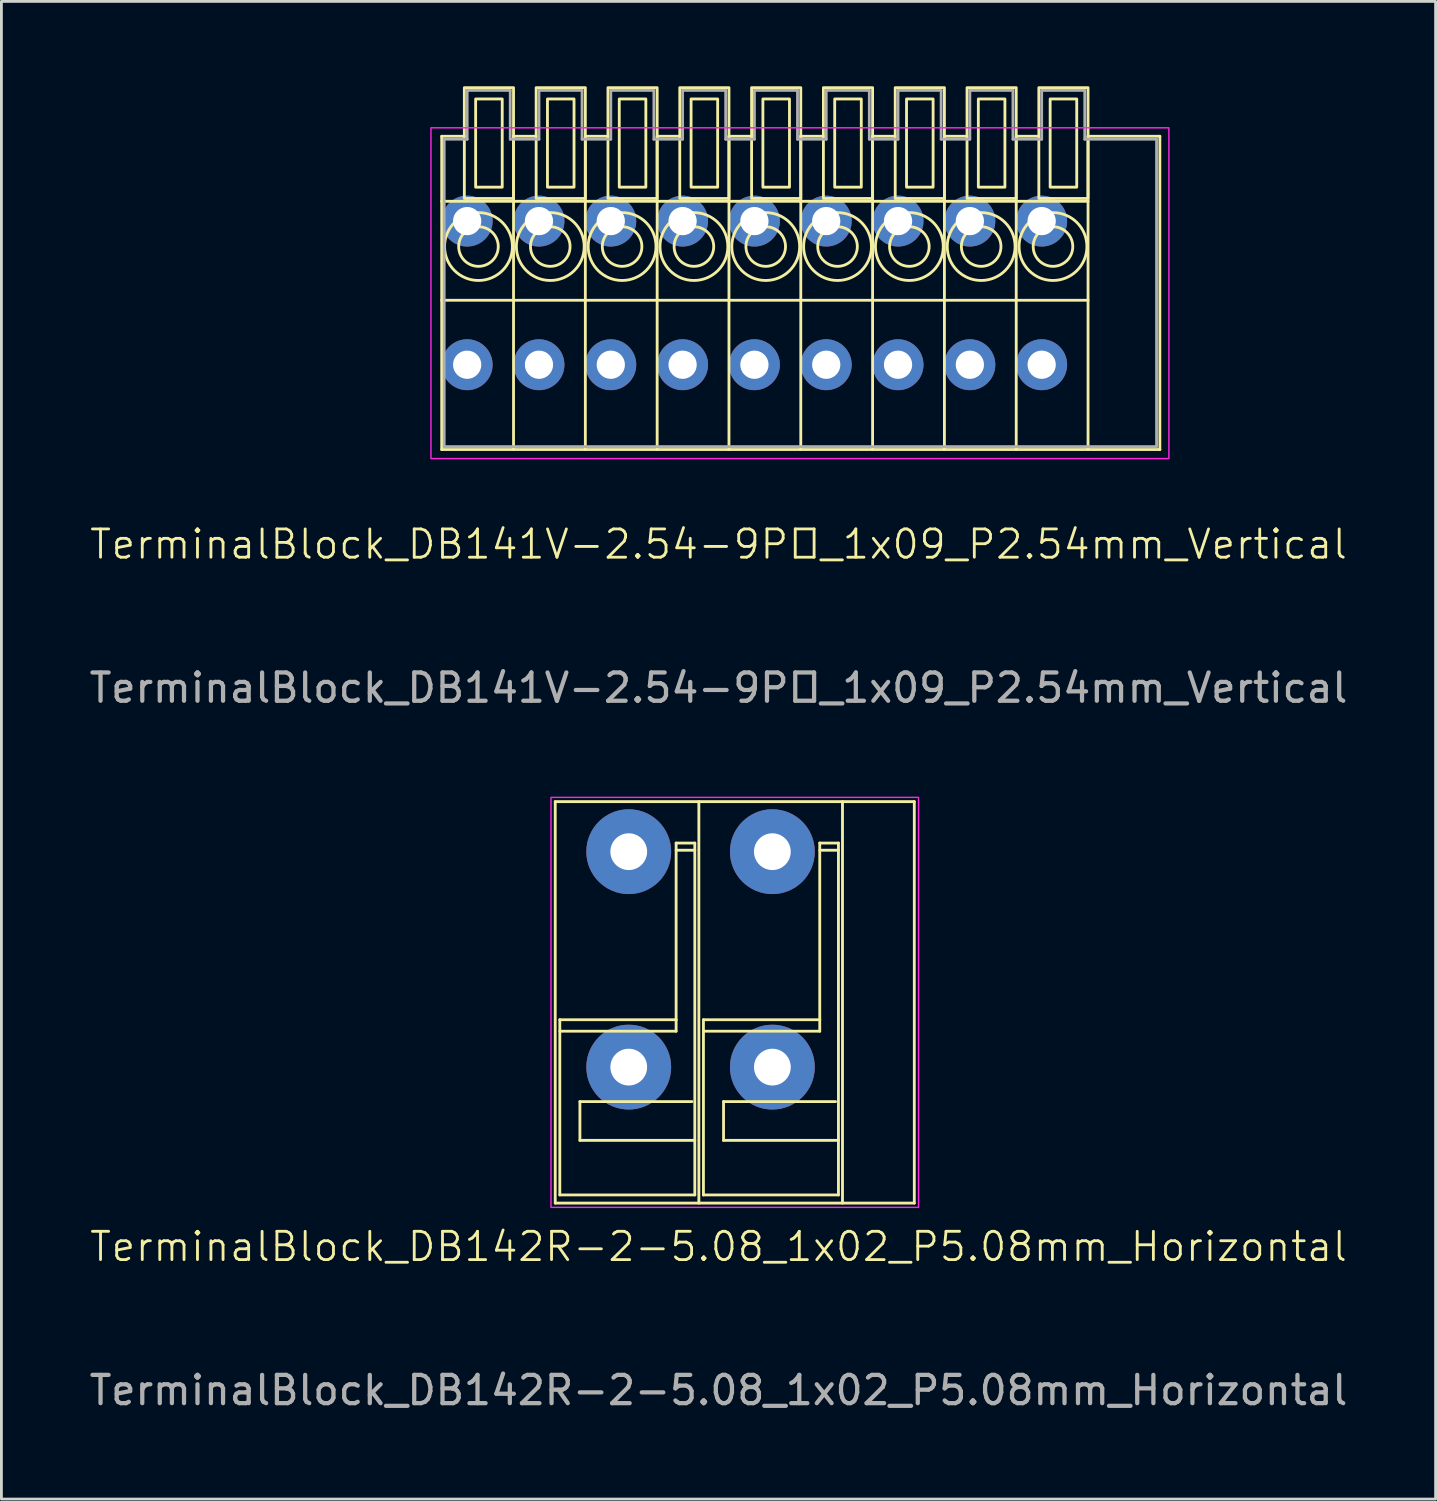
<source format=kicad_pcb>
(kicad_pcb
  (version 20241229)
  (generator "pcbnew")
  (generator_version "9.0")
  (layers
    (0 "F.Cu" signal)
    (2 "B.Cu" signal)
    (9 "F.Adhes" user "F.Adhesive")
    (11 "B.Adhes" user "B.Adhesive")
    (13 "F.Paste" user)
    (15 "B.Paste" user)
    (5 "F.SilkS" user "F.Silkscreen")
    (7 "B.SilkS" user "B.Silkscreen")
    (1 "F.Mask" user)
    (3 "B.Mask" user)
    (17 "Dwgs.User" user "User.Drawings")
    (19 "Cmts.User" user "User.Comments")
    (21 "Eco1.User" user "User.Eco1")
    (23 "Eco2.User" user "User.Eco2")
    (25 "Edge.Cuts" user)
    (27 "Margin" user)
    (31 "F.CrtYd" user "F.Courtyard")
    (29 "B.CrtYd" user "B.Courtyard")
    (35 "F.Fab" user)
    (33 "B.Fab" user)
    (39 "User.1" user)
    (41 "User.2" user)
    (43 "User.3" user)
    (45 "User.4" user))
  (footprint "TerminalBlock_DB142R-2-5.08_1x02_P5.08mm_Horizontal"
    (layer "F.Cu")
    (at 19.188 34.693)
    (property "Reference" "TerminalBlock_DB142R-2-5.08_1x02_P5.08mm_Horizontal" (at 3.175 6.35 0) (unlocked yes) (layer "F.SilkS") (effects (font (size 1 1) (thickness 0.1))))
    (attr through_hole)
    (fp_line (start -2.6 -9.39) (end 10.1 -9.39) (stroke (width 0.1) (type default)) (layer "F.SilkS"))
    (fp_line (start -2.6 4.81) (end -2.6 -9.39) (stroke (width 0.1) (type default)) (layer "F.SilkS"))
    (fp_line (start -2.438 -1.676) (end 1.676 -1.676) (stroke (width 0.1) (type default)) (layer "F.SilkS"))
    (fp_line (start -2.438 -1.27) (end 1.676 -1.27) (stroke (width 0.1) (type default)) (layer "F.SilkS"))
    (fp_line (start -2.438 4.521) (end -2.438 -1.676) (stroke (width 0.1) (type default)) (layer "F.SilkS"))
    (fp_line (start -1.727 1.219) (end -1.727 2.591) (stroke (width 0.1) (type default)) (layer "F.SilkS"))
    (fp_line (start -1.727 2.591) (end 2.337 2.591) (stroke (width 0.1) (type default)) (layer "F.SilkS"))
    (fp_line (start 1.676 -7.925) (end 2.337 -7.925) (stroke (width 0.1) (type default)) (layer "F.SilkS"))
    (fp_line (start 1.676 -7.671) (end 2.337 -7.671) (stroke (width 0.1) (type default)) (layer "F.SilkS"))
    (fp_line (start 1.676 -1.676) (end 1.676 -7.925) (stroke (width 0.1) (type default)) (layer "F.SilkS"))
    (fp_line (start 1.676 -1.27) (end 1.676 -1.676) (stroke (width 0.1) (type default)) (layer "F.SilkS"))
    (fp_line (start 2.235 1.219) (end -1.727 1.219) (stroke (width 0.1) (type default)) (layer "F.SilkS"))
    (fp_line (start 2.337 -7.925) (end 2.337 4.521) (stroke (width 0.1) (type default)) (layer "F.SilkS"))
    (fp_line (start 2.337 4.521) (end -2.438 4.521) (stroke (width 0.1) (type default)) (layer "F.SilkS"))
    (fp_line (start 2.48 4.81) (end 2.48 -9.39) (stroke (width 0.1) (type default)) (layer "F.SilkS"))
    (fp_line (start 2.642 -1.676) (end 6.756 -1.676) (stroke (width 0.1) (type default)) (layer "F.SilkS"))
    (fp_line (start 2.642 -1.27) (end 6.756 -1.27) (stroke (width 0.1) (type default)) (layer "F.SilkS"))
    (fp_line (start 2.642 4.521) (end 2.642 -1.676) (stroke (width 0.1) (type default)) (layer "F.SilkS"))
    (fp_line (start 3.353 1.219) (end 3.353 2.591) (stroke (width 0.1) (type default)) (layer "F.SilkS"))
    (fp_line (start 3.353 2.591) (end 7.417 2.591) (stroke (width 0.1) (type default)) (layer "F.SilkS"))
    (fp_line (start 6.756 -7.925) (end 7.417 -7.925) (stroke (width 0.1) (type default)) (layer "F.SilkS"))
    (fp_line (start 6.756 -7.671) (end 7.417 -7.671) (stroke (width 0.1) (type default)) (layer "F.SilkS"))
    (fp_line (start 6.756 -1.676) (end 6.756 -7.925) (stroke (width 0.1) (type default)) (layer "F.SilkS"))
    (fp_line (start 6.756 -1.27) (end 6.756 -1.676) (stroke (width 0.1) (type default)) (layer "F.SilkS"))
    (fp_line (start 7.315 1.219) (end 3.353 1.219) (stroke (width 0.1) (type default)) (layer "F.SilkS"))
    (fp_line (start 7.417 -7.925) (end 7.417 4.521) (stroke (width 0.1) (type default)) (layer "F.SilkS"))
    (fp_line (start 7.417 4.521) (end 2.642 4.521) (stroke (width 0.1) (type default)) (layer "F.SilkS"))
    (fp_line (start 7.56 4.81) (end 7.56 -9.39) (stroke (width 0.1) (type default)) (layer "F.SilkS"))
    (fp_line (start 10.1 -9.39) (end 10.1 4.81) (stroke (width 0.1) (type default)) (layer "F.SilkS"))
    (fp_line (start 10.1 4.81) (end -2.6 4.81) (stroke (width 0.1) (type default)) (layer "F.SilkS"))
    (fp_rect (start -2.75 4.96) (end 10.25 -9.54) (stroke (width 0.05) (type default)) (fill no) (layer "F.CrtYd"))
    (fp_text user "${REFERENCE}" (at 3.175 11.43 0) (unlocked yes) (layer "F.Fab") (effects (font (size 1 1) (thickness 0.15))))
    (pad "1" thru_hole circle (at 0 -7.62 180) (size 3 3) (drill 1.3) (layers "*.Cu" "*.Mask"))
    (pad "1" thru_hole circle (at 0 0 180) (size 3 3) (drill 1.3) (layers "*.Cu" "*.Mask"))
    (pad "2" thru_hole circle (at 5.08 -7.62 180) (size 3 3) (drill 1.3) (layers "*.Cu" "*.Mask"))
    (pad "2" thru_hole circle (at 5.08 0 180) (size 3 3) (drill 1.3) (layers "*.Cu" "*.Mask")))
  (footprint "TerminalBlock_DB141V-2.54-9P_1x09_P2.54mm_Vertical"
    (layer "F.Cu")
    (at 13.473 9.85)
    (property "Reference" "TerminalBlock_DB141V-2.54-9P_1x09_P2.54mm_Vertical" (at 8.89 6.35 0) (unlocked yes) (layer "F.SilkS") (effects (font (size 1 1) (thickness 0.1))))
    (attr through_hole)
    (fp_line (start -0.9 3) (end -0.9 -8.08) (stroke (width 0.1) (type default)) (layer "F.SilkS"))
    (fp_line (start -0.1 -8.08) (end -0.9 -8.08) (stroke (width 0.1) (type default)) (layer "F.SilkS"))
    (fp_line (start 1.64 3) (end 1.64 -8.08) (stroke (width 0.1) (type default)) (layer "F.SilkS"))
    (fp_line (start 2.44 -8.08) (end 1.64 -8.08) (stroke (width 0.1) (type default)) (layer "F.SilkS"))
    (fp_line (start 4.18 3) (end 4.18 -8.08) (stroke (width 0.1) (type default)) (layer "F.SilkS"))
    (fp_line (start 4.98 -8.08) (end 4.18 -8.08) (stroke (width 0.1) (type default)) (layer "F.SilkS"))
    (fp_line (start 6.72 3) (end 6.72 -8.08) (stroke (width 0.1) (type default)) (layer "F.SilkS"))
    (fp_line (start 7.52 -8.08) (end 6.72 -8.08) (stroke (width 0.1) (type default)) (layer "F.SilkS"))
    (fp_line (start 9.26 3) (end 9.26 -8.08) (stroke (width 0.1) (type default)) (layer "F.SilkS"))
    (fp_line (start 10.06 -8.08) (end 9.26 -8.08) (stroke (width 0.1) (type default)) (layer "F.SilkS"))
    (fp_line (start 11.8 3) (end 11.8 -8.08) (stroke (width 0.1) (type default)) (layer "F.SilkS"))
    (fp_line (start 12.6 -8.08) (end 11.8 -8.08) (stroke (width 0.1) (type default)) (layer "F.SilkS"))
    (fp_line (start 14.34 3) (end 14.34 -8.08) (stroke (width 0.1) (type default)) (layer "F.SilkS"))
    (fp_line (start 15.14 -8.08) (end 14.34 -8.08) (stroke (width 0.1) (type default)) (layer "F.SilkS"))
    (fp_line (start 16.88 3) (end 16.88 -8.08) (stroke (width 0.1) (type default)) (layer "F.SilkS"))
    (fp_line (start 17.68 -8.08) (end 16.88 -8.08) (stroke (width 0.1) (type default)) (layer "F.SilkS"))
    (fp_line (start 19.42 3) (end 19.42 -8.08) (stroke (width 0.1) (type default)) (layer "F.SilkS"))
    (fp_line (start 20.22 -8.08) (end 19.42 -8.08) (stroke (width 0.1) (type default)) (layer "F.SilkS"))
    (fp_line (start 21.96 -5.78) (end -0.9 -5.78) (stroke (width 0.1) (type default)) (layer "F.SilkS"))
    (fp_line (start 21.96 -2.28) (end -0.9 -2.28) (stroke (width 0.1) (type default)) (layer "F.SilkS"))
    (fp_line (start 21.96 3) (end 21.96 -8.08) (stroke (width 0.1) (type default)) (layer "F.SilkS"))
    (fp_line (start 24.5 -8.08) (end 21.96 -8.08) (stroke (width 0.1) (type default)) (layer "F.SilkS"))
    (fp_line (start 24.5 -8.08) (end 24.5 3) (stroke (width 0.1) (type default)) (layer "F.SilkS"))
    (fp_line (start 24.5 3) (end -0.9 3) (stroke (width 0.1) (type default)) (layer "F.SilkS"))
    (fp_rect (start 1.24 -6.28) (end 0.3 -9.4) (stroke (width 0.1) (type default)) (fill no) (layer "F.SilkS"))
    (fp_rect (start 1.64 -5.88) (end -0.1 -9.8) (stroke (width 0.1) (type default)) (fill no) (layer "F.SilkS"))
    (fp_rect (start 3.78 -6.28) (end 2.84 -9.4) (stroke (width 0.1) (type default)) (fill no) (layer "F.SilkS"))
    (fp_rect (start 4.18 -5.88) (end 2.44 -9.8) (stroke (width 0.1) (type default)) (fill no) (layer "F.SilkS"))
    (fp_rect (start 6.32 -6.28) (end 5.38 -9.4) (stroke (width 0.1) (type default)) (fill no) (layer "F.SilkS"))
    (fp_rect (start 6.72 -5.88) (end 4.98 -9.8) (stroke (width 0.1) (type default)) (fill no) (layer "F.SilkS"))
    (fp_rect (start 8.86 -6.28) (end 7.92 -9.4) (stroke (width 0.1) (type default)) (fill no) (layer "F.SilkS"))
    (fp_rect (start 9.26 -5.88) (end 7.52 -9.8) (stroke (width 0.1) (type default)) (fill no) (layer "F.SilkS"))
    (fp_rect (start 11.4 -6.28) (end 10.46 -9.4) (stroke (width 0.1) (type default)) (fill no) (layer "F.SilkS"))
    (fp_rect (start 11.8 -5.88) (end 10.06 -9.8) (stroke (width 0.1) (type default)) (fill no) (layer "F.SilkS"))
    (fp_rect (start 13.94 -6.28) (end 13 -9.4) (stroke (width 0.1) (type default)) (fill no) (layer "F.SilkS"))
    (fp_rect (start 14.34 -5.88) (end 12.6 -9.8) (stroke (width 0.1) (type default)) (fill no) (layer "F.SilkS"))
    (fp_rect (start 16.48 -6.28) (end 15.54 -9.4) (stroke (width 0.1) (type default)) (fill no) (layer "F.SilkS"))
    (fp_rect (start 16.88 -5.88) (end 15.14 -9.8) (stroke (width 0.1) (type default)) (fill no) (layer "F.SilkS"))
    (fp_rect (start 19.02 -6.28) (end 18.08 -9.4) (stroke (width 0.1) (type default)) (fill no) (layer "F.SilkS"))
    (fp_rect (start 19.42 -5.88) (end 17.68 -9.8) (stroke (width 0.1) (type default)) (fill no) (layer "F.SilkS"))
    (fp_rect (start 21.56 -6.28) (end 20.62 -9.4) (stroke (width 0.1) (type default)) (fill no) (layer "F.SilkS"))
    (fp_rect (start 21.96 -5.88) (end 20.22 -9.8) (stroke (width 0.1) (type default)) (fill no) (layer "F.SilkS"))
    (fp_circle (center 0.4 -4.18) (end -0.8 -4.18) (stroke (width 0.1) (type default)) (fill no) (layer "F.SilkS"))
    (fp_circle (center 0.4 -4.18) (end -0.3 -4.18) (stroke (width 0.1) (type default)) (fill no) (layer "F.SilkS"))
    (fp_circle (center 2.94 -4.18) (end 1.74 -4.18) (stroke (width 0.1) (type default)) (fill no) (layer "F.SilkS"))
    (fp_circle (center 2.94 -4.18) (end 2.24 -4.18) (stroke (width 0.1) (type default)) (fill no) (layer "F.SilkS"))
    (fp_circle (center 5.48 -4.18) (end 4.28 -4.18) (stroke (width 0.1) (type default)) (fill no) (layer "F.SilkS"))
    (fp_circle (center 5.48 -4.18) (end 4.78 -4.18) (stroke (width 0.1) (type default)) (fill no) (layer "F.SilkS"))
    (fp_circle (center 8.02 -4.18) (end 6.82 -4.18) (stroke (width 0.1) (type default)) (fill no) (layer "F.SilkS"))
    (fp_circle (center 8.02 -4.18) (end 7.32 -4.18) (stroke (width 0.1) (type default)) (fill no) (layer "F.SilkS"))
    (fp_circle (center 10.56 -4.18) (end 9.36 -4.18) (stroke (width 0.1) (type default)) (fill no) (layer "F.SilkS"))
    (fp_circle (center 10.56 -4.18) (end 9.86 -4.18) (stroke (width 0.1) (type default)) (fill no) (layer "F.SilkS"))
    (fp_circle (center 13.1 -4.18) (end 11.9 -4.18) (stroke (width 0.1) (type default)) (fill no) (layer "F.SilkS"))
    (fp_circle (center 13.1 -4.18) (end 12.4 -4.18) (stroke (width 0.1) (type default)) (fill no) (layer "F.SilkS"))
    (fp_circle (center 15.64 -4.18) (end 14.44 -4.18) (stroke (width 0.1) (type default)) (fill no) (layer "F.SilkS"))
    (fp_circle (center 15.64 -4.18) (end 14.94 -4.18) (stroke (width 0.1) (type default)) (fill no) (layer "F.SilkS"))
    (fp_circle (center 18.18 -4.18) (end 16.98 -4.18) (stroke (width 0.1) (type default)) (fill no) (layer "F.SilkS"))
    (fp_circle (center 18.18 -4.18) (end 17.48 -4.18) (stroke (width 0.1) (type default)) (fill no) (layer "F.SilkS"))
    (fp_circle (center 20.72 -4.18) (end 19.52 -4.18) (stroke (width 0.1) (type default)) (fill no) (layer "F.SilkS"))
    (fp_circle (center 20.72 -4.18) (end 20.02 -4.18) (stroke (width 0.1) (type default)) (fill no) (layer "F.SilkS"))
    (fp_rect (start 24.82 3.32) (end -1.28 -8.38) (stroke (width 0.05) (type default)) (fill no) (layer "F.CrtYd"))
    (fp_line (start -0.813 -7.976) (end 0 -7.976) (stroke (width 0.1) (type default)) (layer "F.Fab"))
    (fp_line (start -0.813 2.896) (end -0.813 -7.976) (stroke (width 0.1) (type default)) (layer "F.Fab"))
    (fp_line (start 0 -9.703) (end 1.524 -9.703) (stroke (width 0.1) (type default)) (layer "F.Fab"))
    (fp_line (start 0 -7.976) (end 0 -9.703) (stroke (width 0.1) (type default)) (layer "F.Fab"))
    (fp_line (start 1.524 -9.703) (end 1.524 -7.976) (stroke (width 0.1) (type default)) (layer "F.Fab"))
    (fp_line (start 1.524 -7.976) (end 2.54 -7.976) (stroke (width 0.1) (type default)) (layer "F.Fab"))
    (fp_line (start 2.54 -9.703) (end 4.064 -9.703) (stroke (width 0.1) (type default)) (layer "F.Fab"))
    (fp_line (start 2.54 -7.976) (end 2.54 -9.703) (stroke (width 0.1) (type default)) (layer "F.Fab"))
    (fp_line (start 4.064 -9.703) (end 4.064 -7.976) (stroke (width 0.1) (type default)) (layer "F.Fab"))
    (fp_line (start 4.064 -7.976) (end 5.08 -7.976) (stroke (width 0.1) (type default)) (layer "F.Fab"))
    (fp_line (start 5.08 -9.703) (end 6.604 -9.703) (stroke (width 0.1) (type default)) (layer "F.Fab"))
    (fp_line (start 5.08 -7.976) (end 5.08 -9.703) (stroke (width 0.1) (type default)) (layer "F.Fab"))
    (fp_line (start 6.604 -9.703) (end 6.604 -7.976) (stroke (width 0.1) (type default)) (layer "F.Fab"))
    (fp_line (start 6.604 -7.976) (end 7.62 -7.976) (stroke (width 0.1) (type default)) (layer "F.Fab"))
    (fp_line (start 7.62 -9.703) (end 9.144 -9.703) (stroke (width 0.1) (type default)) (layer "F.Fab"))
    (fp_line (start 7.62 -7.976) (end 7.62 -9.703) (stroke (width 0.1) (type default)) (layer "F.Fab"))
    (fp_line (start 9.144 -9.703) (end 9.144 -7.976) (stroke (width 0.1) (type default)) (layer "F.Fab"))
    (fp_line (start 9.144 -7.976) (end 10.16 -7.976) (stroke (width 0.1) (type default)) (layer "F.Fab"))
    (fp_line (start 10.16 -9.703) (end 11.684 -9.703) (stroke (width 0.1) (type default)) (layer "F.Fab"))
    (fp_line (start 10.16 -7.976) (end 10.16 -9.703) (stroke (width 0.1) (type default)) (layer "F.Fab"))
    (fp_line (start 11.684 -9.703) (end 11.684 -7.976) (stroke (width 0.1) (type default)) (layer "F.Fab"))
    (fp_line (start 11.684 -7.976) (end 12.7 -7.976) (stroke (width 0.1) (type default)) (layer "F.Fab"))
    (fp_line (start 12.7 -9.703) (end 14.224 -9.703) (stroke (width 0.1) (type default)) (layer "F.Fab"))
    (fp_line (start 12.7 -7.976) (end 12.7 -9.703) (stroke (width 0.1) (type default)) (layer "F.Fab"))
    (fp_line (start 14.224 -9.703) (end 14.224 -7.976) (stroke (width 0.1) (type default)) (layer "F.Fab"))
    (fp_line (start 14.224 -7.976) (end 15.24 -7.976) (stroke (width 0.1) (type default)) (layer "F.Fab"))
    (fp_line (start 15.24 -9.703) (end 16.764 -9.703) (stroke (width 0.1) (type default)) (layer "F.Fab"))
    (fp_line (start 15.24 -7.976) (end 15.24 -9.703) (stroke (width 0.1) (type default)) (layer "F.Fab"))
    (fp_line (start 16.764 -9.703) (end 16.764 -7.976) (stroke (width 0.1) (type default)) (layer "F.Fab"))
    (fp_line (start 16.764 -7.976) (end 17.78 -7.976) (stroke (width 0.1) (type default)) (layer "F.Fab"))
    (fp_line (start 17.78 -9.703) (end 19.304 -9.703) (stroke (width 0.1) (type default)) (layer "F.Fab"))
    (fp_line (start 17.78 -7.976) (end 17.78 -9.703) (stroke (width 0.1) (type default)) (layer "F.Fab"))
    (fp_line (start 19.304 -9.703) (end 19.304 -7.976) (stroke (width 0.1) (type default)) (layer "F.Fab"))
    (fp_line (start 19.304 -7.976) (end 20.32 -7.976) (stroke (width 0.1) (type default)) (layer "F.Fab"))
    (fp_line (start 20.32 -9.703) (end 21.844 -9.703) (stroke (width 0.1) (type default)) (layer "F.Fab"))
    (fp_line (start 20.32 -7.976) (end 20.32 -9.703) (stroke (width 0.1) (type default)) (layer "F.Fab"))
    (fp_line (start 21.844 -9.703) (end 21.844 -7.976) (stroke (width 0.1) (type default)) (layer "F.Fab"))
    (fp_line (start 21.844 -7.976) (end 24.384 -7.976) (stroke (width 0.1) (type default)) (layer "F.Fab"))
    (fp_line (start 24.384 -7.976) (end 24.384 2.896) (stroke (width 0.1) (type default)) (layer "F.Fab"))
    (fp_line (start 24.384 2.896) (end -0.813 2.896) (stroke (width 0.1) (type default)) (layer "F.Fab"))
    (fp_text user "${REFERENCE}" (at 8.89 11.43 0) (unlocked yes) (layer "F.Fab") (effects (font (size 1 1) (thickness 0.15))))
    (pad "1" thru_hole circle (at 0 -5.08 180) (size 1.8 1.8) (drill 1) (layers "*.Cu" "*.Mask"))
    (pad "1" thru_hole circle (at 0 0 180) (size 1.8 1.8) (drill 1) (layers "*.Cu" "*.Mask"))
    (pad "2" thru_hole circle (at 2.54 -5.08 180) (size 1.8 1.8) (drill 1) (layers "*.Cu" "*.Mask"))
    (pad "2" thru_hole circle (at 2.54 0 180) (size 1.8 1.8) (drill 1) (layers "*.Cu" "*.Mask"))
    (pad "3" thru_hole circle (at 5.08 -5.08 180) (size 1.8 1.8) (drill 1) (layers "*.Cu" "*.Mask"))
    (pad "3" thru_hole circle (at 5.08 0 180) (size 1.8 1.8) (drill 1) (layers "*.Cu" "*.Mask"))
    (pad "4" thru_hole circle (at 7.62 -5.08 180) (size 1.8 1.8) (drill 1) (layers "*.Cu" "*.Mask"))
    (pad "4" thru_hole circle (at 7.62 0 180) (size 1.8 1.8) (drill 1) (layers "*.Cu" "*.Mask"))
    (pad "5" thru_hole circle (at 10.16 -5.08 180) (size 1.8 1.8) (drill 1) (layers "*.Cu" "*.Mask"))
    (pad "5" thru_hole circle (at 10.16 0 180) (size 1.8 1.8) (drill 1) (layers "*.Cu" "*.Mask"))
    (pad "6" thru_hole circle (at 12.7 -5.08 180) (size 1.8 1.8) (drill 1) (layers "*.Cu" "*.Mask"))
    (pad "6" thru_hole circle (at 12.7 0 180) (size 1.8 1.8) (drill 1) (layers "*.Cu" "*.Mask"))
    (pad "7" thru_hole circle (at 15.24 -5.08 180) (size 1.8 1.8) (drill 1) (layers "*.Cu" "*.Mask"))
    (pad "7" thru_hole circle (at 15.24 0 180) (size 1.8 1.8) (drill 1) (layers "*.Cu" "*.Mask"))
    (pad "8" thru_hole circle (at 17.78 -5.08 180) (size 1.8 1.8) (drill 1) (layers "*.Cu" "*.Mask"))
    (pad "8" thru_hole circle (at 17.78 0 180) (size 1.8 1.8) (drill 1) (layers "*.Cu" "*.Mask"))
    (pad "9" thru_hole circle (at 20.32 -5.08 180) (size 1.8 1.8) (drill 1) (layers "*.Cu" "*.Mask"))
    (pad "9" thru_hole circle (at 20.32 0 180) (size 1.8 1.8) (drill 1) (layers "*.Cu" "*.Mask")))
  (gr_rect
    (start -3 -3)
    (end 47.726 49.971)
    (stroke (width 0.1) (type default))
    (fill no)
    (layer "Edge.Cuts")))
</source>
